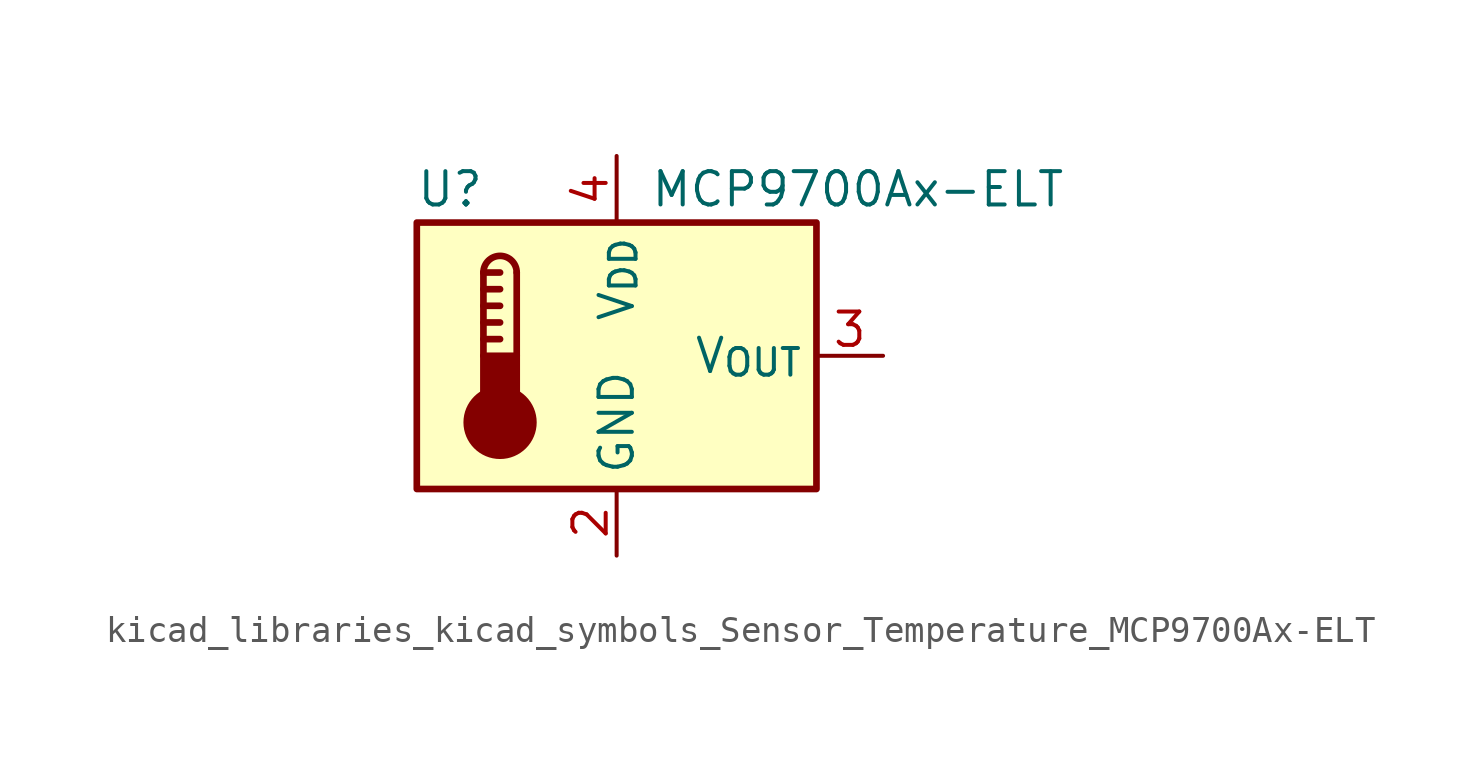
<source format=kicad_sym>
(kicad_symbol_lib
  (version 20220914)
  (generator kicad_symbol_editor)
  (symbol "kicad_libraries_kicad_symbols_Sensor_Temperature_MCP9700Ax-ELT"
    (property "Reference" "U"
      (at -6.35 6.35 0)
      (effects (font (size 1.27 1.27))))
    (property "Value" "MCP9700Ax-ELT"
      (at 1.27 6.35 0)
      (effects (font (size 1.27 1.27)) (justify left)))
    (symbol "kicad_libraries_kicad_symbols_Sensor_Temperature_MCP9700Ax-ELT_0_1"
      (rectangle (start -7.62 5.08) (end 7.62 -5.08) (stroke (width 0.254) (type default)) (fill (type background)))
      (circle (center -4.445 -2.54) (radius 1.27) (stroke (width 0.254) (type default)) (fill (type outline)))
      (rectangle (start -3.81 -1.905) (end -5.08 0) (stroke (width 0.254) (type default)) (fill (type outline)))
      (arc (start -3.81 3.175) (mid -4.445 3.8073) (end -5.08 3.175) (stroke (width 0.254) (type default)) (fill (type none)))
      (polyline (pts (xy -5.08 0.635) (xy -4.445 0.635)) (stroke (width 0.254) (type default)) (fill (type none)))
      (polyline (pts (xy -5.08 1.27) (xy -4.445 1.27)) (stroke (width 0.254) (type default)) (fill (type none)))
      (polyline (pts (xy -5.08 1.905) (xy -4.445 1.905)) (stroke (width 0.254) (type default)) (fill (type none)))
      (polyline (pts (xy -5.08 2.54) (xy -4.445 2.54)) (stroke (width 0.254) (type default)) (fill (type none)))
      (polyline (pts (xy -5.08 3.175) (xy -5.08 0)) (stroke (width 0.254) (type default)) (fill (type none)))
      (polyline (pts (xy -5.08 3.175) (xy -4.445 3.175)) (stroke (width 0.254) (type default)) (fill (type none)))
      (polyline (pts (xy -3.81 3.175) (xy -3.81 0)) (stroke (width 0.254) (type default)) (fill (type none))))
    (symbol "kicad_libraries_kicad_symbols_Sensor_Temperature_MCP9700Ax-ELT_1_1"
      (pin no_connect line (at 7.62 -2.54 180) (length 2.54) hide (name "NC" (effects (font (size 1.27 1.27)))) (number "1" (effects (font (size 1.27 1.27)))))
      (pin power_in line (at 0 -7.62 90) (length 2.54) (name "GND" (effects (font (size 1.27 1.27)))) (number "2" (effects (font (size 1.27 1.27)))))
      (pin output line (at 10.16 0 180) (length 2.54) (name "V_{OUT}" (effects (font (size 1.27 1.27)))) (number "3" (effects (font (size 1.27 1.27)))))
      (pin power_in line (at 0 7.62 270) (length 2.54) (name "V_{DD}" (effects (font (size 1.27 1.27)))) (number "4" (effects (font (size 1.27 1.27)))))
      (pin no_connect line (at 7.62 2.54 180) (length 2.54) hide (name "NC" (effects (font (size 1.27 1.27)))) (number "5" (effects (font (size 1.27 1.27))))))))
</source>
